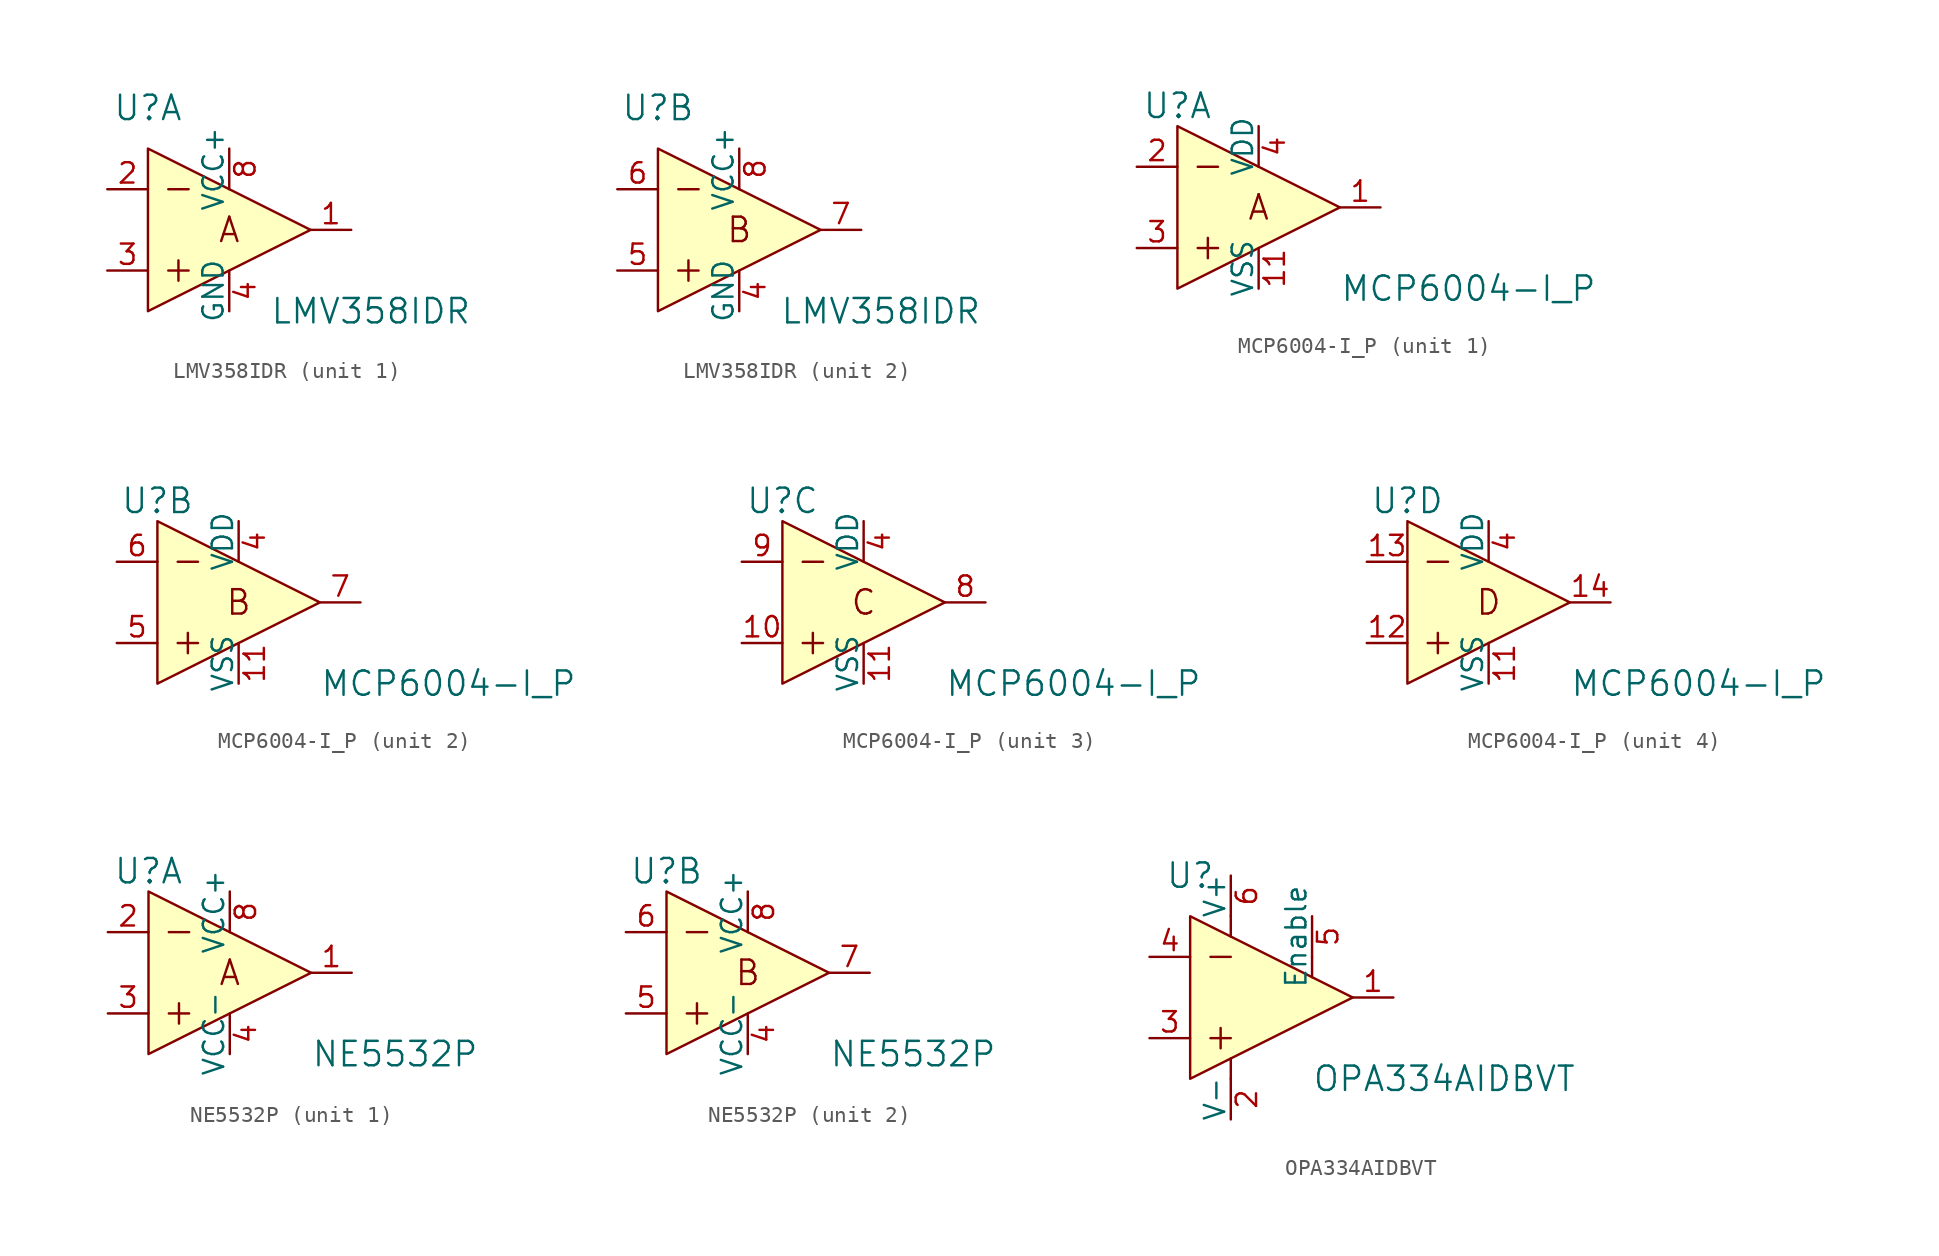
<source format=kicad_sym>
(kicad_symbol_lib
  (version 20231120)
  (generator "kicad_symbol_editor")
  (generator_version "8.0")
  (symbol "LMV358IDR"
    (pin_names
      (offset 0))
    (property "Reference" "U"
      (at -5.08 7.62 0)
      (effects (font (size 1.524 1.524))))
    (property "Value" "LMV358IDR"
      (at 2.54 -5.08 0)
      (effects (font (size 1.524 1.524)) (justify left)))
    (property "ki_locked" ""
      (at 0 0 0)
      (effects (font (size 1.27 1.27))))
    (symbol "LMV358IDR_0_0"
      (polyline (pts (xy -3.81 -2.54) (xy -2.54 -2.54)) (stroke (width 0) (type solid)) (fill (type none)))
      (polyline (pts (xy -3.81 2.54) (xy -2.54 2.54)) (stroke (width 0) (type solid)) (fill (type none)))
      (polyline (pts (xy -3.175 -1.905) (xy -3.175 -3.175)) (stroke (width 0) (type solid)) (fill (type none)))
      (polyline (pts (xy -5.08 5.08) (xy -5.08 -5.08) (xy 5.08 0) (xy -5.08 5.08)) (stroke (width 0) (type solid)) (fill (type background))))
    (symbol "LMV358IDR_1_0"
      (text "A" (at 0 0 0) (effects (font (size 1.524 1.524)))))
    (symbol "LMV358IDR_1_1"
      (pin output line (at 7.62 0 180) (length 2.54) (name "~" (effects (font (size 1.27 1.27)))) (number "1" (effects (font (size 1.27 1.27)))))
      (pin input line (at -7.62 2.54 0) (length 2.54) (name "~" (effects (font (size 1.27 1.27)))) (number "2" (effects (font (size 1.27 1.27)))))
      (pin input line (at -7.62 -2.54 0) (length 2.54) (name "~" (effects (font (size 1.27 1.27)))) (number "3" (effects (font (size 1.27 1.27)))))
      (pin power_in line (at 0 -5.08 90) (length 2.54) (name "GND" (effects (font (size 1.27 1.27)))) (number "4" (effects (font (size 1.27 1.27)))))
      (pin power_in line (at 0 5.08 270) (length 2.54) (name "VCC+" (effects (font (size 1.27 1.27)))) (number "8" (effects (font (size 1.27 1.27))))))
    (symbol "LMV358IDR_2_0"
      (text "B" (at 0 0 0) (effects (font (size 1.524 1.524)))))
    (symbol "LMV358IDR_2_1"
      (pin power_in line (at 0 -5.08 90) (length 2.54) (name "GND" (effects (font (size 1.27 1.27)))) (number "4" (effects (font (size 1.27 1.27)))))
      (pin input line (at -7.62 -2.54 0) (length 2.54) (name "~" (effects (font (size 1.27 1.27)))) (number "5" (effects (font (size 1.27 1.27)))))
      (pin input line (at -7.62 2.54 0) (length 2.54) (name "~" (effects (font (size 1.27 1.27)))) (number "6" (effects (font (size 1.27 1.27)))))
      (pin output line (at 7.62 0 180) (length 2.54) (name "~" (effects (font (size 1.27 1.27)))) (number "7" (effects (font (size 1.27 1.27)))))
      (pin power_in line (at 0 5.08 270) (length 2.54) (name "VCC+" (effects (font (size 1.27 1.27)))) (number "8" (effects (font (size 1.27 1.27)))))))
  (symbol "MCP6004-I_P"
    (pin_names
      (offset 0))
    (property "Reference" "U"
      (at -5.08 6.35 0)
      (effects (font (size 1.524 1.524))))
    (property "Value" "MCP6004-I_P"
      (at 5.08 -5.08 0)
      (effects (font (size 1.524 1.524)) (justify left)))
    (property "ki_locked" ""
      (at 0 0 0)
      (effects (font (size 1.27 1.27))))
    (symbol "MCP6004-I_P_0_0"
      (polyline (pts (xy -3.81 -2.54) (xy -2.54 -2.54)) (stroke (width 0) (type solid)) (fill (type none)))
      (polyline (pts (xy -3.81 2.54) (xy -2.54 2.54)) (stroke (width 0) (type solid)) (fill (type none)))
      (polyline (pts (xy -3.175 -1.905) (xy -3.175 -3.175)) (stroke (width 0) (type solid)) (fill (type none)))
      (polyline (pts (xy -5.08 5.08) (xy -5.08 -5.08) (xy 5.08 0) (xy -5.08 5.08)) (stroke (width 0) (type solid)) (fill (type background))))
    (symbol "MCP6004-I_P_1_0"
      (text "A" (at 0 0 0) (effects (font (size 1.524 1.524)))))
    (symbol "MCP6004-I_P_1_1"
      (pin output line (at 7.62 0 180) (length 2.54) (name "~" (effects (font (size 1.27 1.27)))) (number "1" (effects (font (size 1.27 1.27)))))
      (pin power_in line (at 0 -5.08 90) (length 2.54) (name "VSS" (effects (font (size 1.27 1.27)))) (number "11" (effects (font (size 1.27 1.27)))))
      (pin input line (at -7.62 2.54 0) (length 2.54) (name "~" (effects (font (size 1.27 1.27)))) (number "2" (effects (font (size 1.27 1.27)))))
      (pin input line (at -7.62 -2.54 0) (length 2.54) (name "~" (effects (font (size 1.27 1.27)))) (number "3" (effects (font (size 1.27 1.27)))))
      (pin power_in line (at 0 5.08 270) (length 2.54) (name "VDD" (effects (font (size 1.27 1.27)))) (number "4" (effects (font (size 1.27 1.27))))))
    (symbol "MCP6004-I_P_2_0"
      (text "B" (at 0 0 0) (effects (font (size 1.524 1.524)))))
    (symbol "MCP6004-I_P_2_1"
      (pin power_in line (at 0 -5.08 90) (length 2.54) (name "VSS" (effects (font (size 1.27 1.27)))) (number "11" (effects (font (size 1.27 1.27)))))
      (pin power_in line (at 0 5.08 270) (length 2.54) (name "VDD" (effects (font (size 1.27 1.27)))) (number "4" (effects (font (size 1.27 1.27)))))
      (pin input line (at -7.62 -2.54 0) (length 2.54) (name "~" (effects (font (size 1.27 1.27)))) (number "5" (effects (font (size 1.27 1.27)))))
      (pin input line (at -7.62 2.54 0) (length 2.54) (name "~" (effects (font (size 1.27 1.27)))) (number "6" (effects (font (size 1.27 1.27)))))
      (pin output line (at 7.62 0 180) (length 2.54) (name "~" (effects (font (size 1.27 1.27)))) (number "7" (effects (font (size 1.27 1.27))))))
    (symbol "MCP6004-I_P_3_0"
      (text "C" (at 0 0 0) (effects (font (size 1.524 1.524)))))
    (symbol "MCP6004-I_P_3_1"
      (pin input line (at -7.62 -2.54 0) (length 2.54) (name "~" (effects (font (size 1.27 1.27)))) (number "10" (effects (font (size 1.27 1.27)))))
      (pin power_in line (at 0 -5.08 90) (length 2.54) (name "VSS" (effects (font (size 1.27 1.27)))) (number "11" (effects (font (size 1.27 1.27)))))
      (pin power_in line (at 0 5.08 270) (length 2.54) (name "VDD" (effects (font (size 1.27 1.27)))) (number "4" (effects (font (size 1.27 1.27)))))
      (pin output line (at 7.62 0 180) (length 2.54) (name "~" (effects (font (size 1.27 1.27)))) (number "8" (effects (font (size 1.27 1.27)))))
      (pin input line (at -7.62 2.54 0) (length 2.54) (name "~" (effects (font (size 1.27 1.27)))) (number "9" (effects (font (size 1.27 1.27))))))
    (symbol "MCP6004-I_P_4_0"
      (text "D" (at 0 0 0) (effects (font (size 1.524 1.524)))))
    (symbol "MCP6004-I_P_4_1"
      (pin power_in line (at 0 -5.08 90) (length 2.54) (name "VSS" (effects (font (size 1.27 1.27)))) (number "11" (effects (font (size 1.27 1.27)))))
      (pin input line (at -7.62 -2.54 0) (length 2.54) (name "~" (effects (font (size 1.27 1.27)))) (number "12" (effects (font (size 1.27 1.27)))))
      (pin input line (at -7.62 2.54 0) (length 2.54) (name "~" (effects (font (size 1.27 1.27)))) (number "13" (effects (font (size 1.27 1.27)))))
      (pin output line (at 7.62 0 180) (length 2.54) (name "~" (effects (font (size 1.27 1.27)))) (number "14" (effects (font (size 1.27 1.27)))))
      (pin power_in line (at 0 5.08 270) (length 2.54) (name "VDD" (effects (font (size 1.27 1.27)))) (number "4" (effects (font (size 1.27 1.27)))))))
  (symbol "NE5532P"
    (pin_names
      (offset 0))
    (property "Reference" "U"
      (at -5.08 6.35 0)
      (effects (font (size 1.524 1.524))))
    (property "Value" "NE5532P"
      (at 5.08 -5.08 0)
      (effects (font (size 1.524 1.524)) (justify left)))
    (property "ki_locked" ""
      (at 0 0 0)
      (effects (font (size 1.27 1.27))))
    (symbol "NE5532P_0_0"
      (polyline (pts (xy -3.81 -2.54) (xy -2.54 -2.54)) (stroke (width 0) (type solid)) (fill (type none)))
      (polyline (pts (xy -3.81 2.54) (xy -2.54 2.54)) (stroke (width 0) (type solid)) (fill (type none)))
      (polyline (pts (xy -3.175 -1.905) (xy -3.175 -3.175)) (stroke (width 0) (type solid)) (fill (type none)))
      (polyline (pts (xy -5.08 5.08) (xy -5.08 -5.08) (xy 5.08 0) (xy -5.08 5.08)) (stroke (width 0) (type solid)) (fill (type background))))
    (symbol "NE5532P_1_0"
      (text "A" (at 0 0 0) (effects (font (size 1.524 1.524)))))
    (symbol "NE5532P_1_1"
      (pin output line (at 7.62 0 180) (length 2.54) (name "~" (effects (font (size 1.27 1.27)))) (number "1" (effects (font (size 1.27 1.27)))))
      (pin input line (at -7.62 2.54 0) (length 2.54) (name "~" (effects (font (size 1.27 1.27)))) (number "2" (effects (font (size 1.27 1.27)))))
      (pin input line (at -7.62 -2.54 0) (length 2.54) (name "~" (effects (font (size 1.27 1.27)))) (number "3" (effects (font (size 1.27 1.27)))))
      (pin power_in line (at 0 -5.08 90) (length 2.54) (name "VCC-" (effects (font (size 1.27 1.27)))) (number "4" (effects (font (size 1.27 1.27)))))
      (pin power_in line (at 0 5.08 270) (length 2.54) (name "VCC+" (effects (font (size 1.27 1.27)))) (number "8" (effects (font (size 1.27 1.27))))))
    (symbol "NE5532P_2_0"
      (text "B" (at 0 0 0) (effects (font (size 1.524 1.524)))))
    (symbol "NE5532P_2_1"
      (pin power_in line (at 0 -5.08 90) (length 2.54) (name "VCC-" (effects (font (size 1.27 1.27)))) (number "4" (effects (font (size 1.27 1.27)))))
      (pin input line (at -7.62 -2.54 0) (length 2.54) (name "~" (effects (font (size 1.27 1.27)))) (number "5" (effects (font (size 1.27 1.27)))))
      (pin input line (at -7.62 2.54 0) (length 2.54) (name "~" (effects (font (size 1.27 1.27)))) (number "6" (effects (font (size 1.27 1.27)))))
      (pin output line (at 7.62 0 180) (length 2.54) (name "~" (effects (font (size 1.27 1.27)))) (number "7" (effects (font (size 1.27 1.27)))))
      (pin power_in line (at 0 5.08 270) (length 2.54) (name "VCC+" (effects (font (size 1.27 1.27)))) (number "8" (effects (font (size 1.27 1.27)))))))
  (symbol "OPA334AIDBVT"
    (pin_names
      (offset 0))
    (property "Reference" "U"
      (at -5.08 7.62 0)
      (effects (font (size 1.524 1.524))))
    (property "Value" "OPA334AIDBVT"
      (at 2.54 -5.08 0)
      (effects (font (size 1.524 1.524)) (justify left)))
    (symbol "OPA334AIDBVT_0_0"
      (polyline (pts (xy -3.81 -2.54) (xy -2.54 -2.54)) (stroke (width 0) (type solid)) (fill (type none)))
      (polyline (pts (xy -3.81 2.54) (xy -2.54 2.54)) (stroke (width 0) (type solid)) (fill (type none)))
      (polyline (pts (xy -3.175 -1.905) (xy -3.175 -3.175)) (stroke (width 0) (type solid)) (fill (type none)))
      (polyline (pts (xy -2.54 -5.08) (xy -2.54 -3.81)) (stroke (width 0) (type solid)) (fill (type none)))
      (polyline (pts (xy -5.08 5.08) (xy -5.08 -5.08) (xy 5.08 0) (xy -5.08 5.08)) (stroke (width 0) (type solid)) (fill (type background))))
    (symbol "OPA334AIDBVT_1_0"
      (polyline (pts (xy -2.54 5.08) (xy -2.54 3.81)) (stroke (width 0) (type solid)) (fill (type none)))
      (polyline (pts (xy 2.54 2.54) (xy 2.54 1.27)) (stroke (width 0) (type solid)) (fill (type none))))
    (symbol "OPA334AIDBVT_1_1"
      (pin output line (at 7.62 0 180) (length 2.54) (name "~" (effects (font (size 1.27 1.27)))) (number "1" (effects (font (size 1.27 1.27)))))
      (pin power_in line (at -2.54 -7.62 90) (length 2.54) (name "V-" (effects (font (size 1.27 1.27)))) (number "2" (effects (font (size 1.27 1.27)))))
      (pin input line (at -7.62 -2.54 0) (length 2.54) (name "~" (effects (font (size 1.27 1.27)))) (number "3" (effects (font (size 1.27 1.27)))))
      (pin input line (at -7.62 2.54 0) (length 2.54) (name "~" (effects (font (size 1.27 1.27)))) (number "4" (effects (font (size 1.27 1.27)))))
      (pin input line (at 2.54 5.08 270) (length 2.54) (name "Enable" (effects (font (size 1.27 1.27)))) (number "5" (effects (font (size 1.27 1.27)))))
      (pin power_in line (at -2.54 7.62 270) (length 2.54) (name "V+" (effects (font (size 1.27 1.27)))) (number "6" (effects (font (size 1.27 1.27))))))))
</source>
